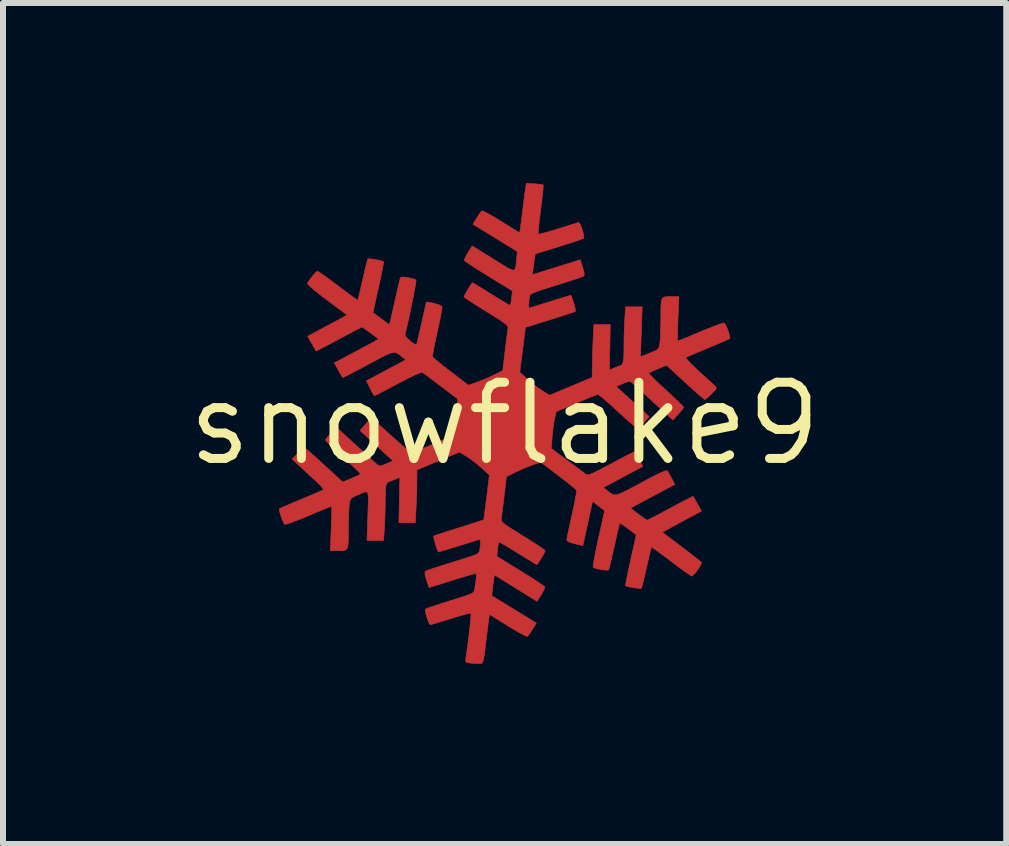
<source format=kicad_pcb>
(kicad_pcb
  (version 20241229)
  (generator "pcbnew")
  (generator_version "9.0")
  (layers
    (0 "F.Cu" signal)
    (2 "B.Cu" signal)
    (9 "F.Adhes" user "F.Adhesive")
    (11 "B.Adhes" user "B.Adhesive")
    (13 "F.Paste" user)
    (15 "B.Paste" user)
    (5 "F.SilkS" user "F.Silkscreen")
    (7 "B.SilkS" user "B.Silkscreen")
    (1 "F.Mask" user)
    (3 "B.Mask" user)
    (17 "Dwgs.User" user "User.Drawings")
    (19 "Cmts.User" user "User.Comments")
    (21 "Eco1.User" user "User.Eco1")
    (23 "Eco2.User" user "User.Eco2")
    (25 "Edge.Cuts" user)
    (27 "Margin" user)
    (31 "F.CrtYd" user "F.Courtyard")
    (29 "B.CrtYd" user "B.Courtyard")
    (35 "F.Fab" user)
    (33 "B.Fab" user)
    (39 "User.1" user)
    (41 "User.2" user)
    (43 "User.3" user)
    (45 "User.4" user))
  (footprint "snowflake9"
    (layer "F.Cu")
    (at 5.359 4.01)
    (property "Reference" "snowflake9" (at 0 0 0) (layer "F.SilkS") (effects (font (size 1.27 1.27) (thickness 0.15))))
    (attr through_hole)
    (fp_poly (pts (xy 0.498 -3.997) (xy 0.569 -3.991) (xy 0.622 -3.984) (xy 0.643 -3.978) (xy 0.644 -3.955) (xy 0.64 -3.896) (xy 0.631 -3.809) (xy 0.618 -3.7) (xy 0.602 -3.576) (xy 0.602 -3.568) (xy 0.586 -3.443) (xy 0.573 -3.333) (xy 0.564 -3.244) (xy 0.56 -3.184) (xy 0.56 -3.158) (xy 0.561 -3.158) (xy 0.584 -3.16) (xy 0.64 -3.173) (xy 0.722 -3.196) (xy 0.824 -3.226) (xy 0.894 -3.248) (xy 1.005 -3.282) (xy 1.102 -3.312) (xy 1.178 -3.335) (xy 1.225 -3.349) (xy 1.236 -3.352) (xy 1.253 -3.335) (xy 1.273 -3.29) (xy 1.294 -3.23) (xy 1.311 -3.168) (xy 1.321 -3.116) (xy 1.318 -3.089) (xy 1.318 -3.088) (xy 1.294 -3.078) (xy 1.235 -3.057) (xy 1.149 -3.028) (xy 1.042 -2.994) (xy 0.92 -2.956) (xy 0.906 -2.951) (xy 0.511 -2.829) (xy 0.499 -2.753) (xy 0.489 -2.683) (xy 0.478 -2.601) (xy 0.475 -2.579) (xy 0.462 -2.481) (xy 0.859 -2.606) (xy 0.981 -2.644) (xy 1.088 -2.677) (xy 1.174 -2.704) (xy 1.233 -2.723) (xy 1.259 -2.73) (xy 1.26 -2.731) (xy 1.267 -2.712) (xy 1.283 -2.664) (xy 1.302 -2.602) (xy 1.323 -2.528) (xy 1.328 -2.485) (xy 1.32 -2.462) (xy 1.314 -2.456) (xy 1.286 -2.445) (xy 1.224 -2.423) (xy 1.134 -2.394) (xy 1.024 -2.358) (xy 0.898 -2.318) (xy 0.856 -2.305) (xy 0.714 -2.261) (xy 0.607 -2.227) (xy 0.53 -2.2) (xy 0.478 -2.179) (xy 0.446 -2.161) (xy 0.427 -2.144) (xy 0.418 -2.126) (xy 0.415 -2.11) (xy 0.407 -2.055) (xy 0.403 -1.997) (xy 0.403 -1.949) (xy 0.408 -1.926) (xy 0.409 -1.926) (xy 0.43 -1.932) (xy 0.485 -1.949) (xy 0.566 -1.974) (xy 0.668 -2.006) (xy 0.751 -2.032) (xy 0.864 -2.067) (xy 0.963 -2.097) (xy 1.04 -2.121) (xy 1.088 -2.135) (xy 1.102 -2.138) (xy 1.114 -2.119) (xy 1.132 -2.073) (xy 1.151 -2.012) (xy 1.168 -1.949) (xy 1.179 -1.898) (xy 1.18 -1.872) (xy 1.18 -1.871) (xy 1.158 -1.862) (xy 1.101 -1.843) (xy 1.017 -1.815) (xy 0.911 -1.781) (xy 0.789 -1.742) (xy 0.759 -1.733) (xy 0.347 -1.604) (xy 0.3 -1.231) (xy 0.253 -0.857) (xy 0.38 -0.741) (xy 0.461 -0.672) (xy 0.55 -0.602) (xy 0.629 -0.548) (xy 0.751 -0.473) (xy 1.46 -0.77) (xy 1.461 -0.941) (xy 1.462 -1.032) (xy 1.465 -1.15) (xy 1.47 -1.277) (xy 1.474 -1.381) (xy 1.488 -1.651) (xy 1.761 -1.651) (xy 1.754 -1.272) (xy 1.746 -0.893) (xy 1.82 -0.925) (xy 1.879 -0.949) (xy 1.925 -0.966) (xy 1.93 -0.967) (xy 1.953 -0.98) (xy 1.969 -1.007) (xy 1.98 -1.053) (xy 1.986 -1.126) (xy 1.989 -1.231) (xy 1.989 -1.314) (xy 1.991 -1.438) (xy 1.995 -1.572) (xy 2 -1.694) (xy 2.003 -1.754) (xy 2.017 -1.947) (xy 2.293 -1.947) (xy 2.279 -1.533) (xy 2.265 -1.119) (xy 2.313 -1.134) (xy 2.359 -1.151) (xy 2.425 -1.178) (xy 2.468 -1.196) (xy 2.53 -1.225) (xy 2.563 -1.252) (xy 2.58 -1.29) (xy 2.589 -1.354) (xy 2.589 -1.357) (xy 2.595 -1.423) (xy 2.599 -1.519) (xy 2.602 -1.631) (xy 2.604 -1.746) (xy 2.604 -1.879) (xy 2.606 -1.976) (xy 2.613 -2.042) (xy 2.627 -2.084) (xy 2.651 -2.106) (xy 2.687 -2.115) (xy 2.738 -2.117) (xy 2.767 -2.117) (xy 2.904 -2.117) (xy 2.889 -1.746) (xy 2.885 -1.626) (xy 2.882 -1.523) (xy 2.881 -1.442) (xy 2.882 -1.391) (xy 2.884 -1.376) (xy 2.906 -1.384) (xy 2.961 -1.406) (xy 3.043 -1.439) (xy 3.144 -1.481) (xy 3.261 -1.53) (xy 3.272 -1.535) (xy 3.389 -1.583) (xy 3.493 -1.624) (xy 3.578 -1.655) (xy 3.637 -1.674) (xy 3.664 -1.678) (xy 3.664 -1.678) (xy 3.685 -1.645) (xy 3.709 -1.59) (xy 3.731 -1.527) (xy 3.748 -1.468) (xy 3.755 -1.428) (xy 3.753 -1.419) (xy 3.729 -1.406) (xy 3.672 -1.381) (xy 3.589 -1.345) (xy 3.487 -1.302) (xy 3.387 -1.26) (xy 3.273 -1.212) (xy 3.173 -1.17) (xy 3.093 -1.135) (xy 3.04 -1.111) (xy 3.021 -1.101) (xy 3.03 -1.083) (xy 3.065 -1.042) (xy 3.123 -0.983) (xy 3.196 -0.912) (xy 3.233 -0.878) (xy 3.317 -0.801) (xy 3.394 -0.731) (xy 3.455 -0.674) (xy 3.495 -0.638) (xy 3.502 -0.631) (xy 3.524 -0.609) (xy 3.527 -0.589) (xy 3.51 -0.561) (xy 3.468 -0.516) (xy 3.45 -0.498) (xy 3.399 -0.448) (xy 3.357 -0.413) (xy 3.337 -0.402) (xy 3.316 -0.416) (xy 3.27 -0.454) (xy 3.203 -0.511) (xy 3.123 -0.583) (xy 3.061 -0.639) (xy 2.971 -0.723) (xy 2.887 -0.8) (xy 2.817 -0.864) (xy 2.768 -0.909) (xy 2.751 -0.925) (xy 2.697 -0.973) (xy 2.555 -0.913) (xy 2.484 -0.883) (xy 2.43 -0.858) (xy 2.403 -0.843) (xy 2.402 -0.843) (xy 2.413 -0.826) (xy 2.452 -0.785) (xy 2.512 -0.725) (xy 2.59 -0.651) (xy 2.682 -0.566) (xy 2.688 -0.561) (xy 2.78 -0.475) (xy 2.861 -0.399) (xy 2.925 -0.337) (xy 2.968 -0.294) (xy 2.984 -0.274) (xy 2.984 -0.274) (xy 2.971 -0.251) (xy 2.937 -0.207) (xy 2.895 -0.159) (xy 2.805 -0.06) (xy 2.485 -0.353) (xy 2.386 -0.444) (xy 2.296 -0.527) (xy 2.219 -0.597) (xy 2.161 -0.649) (xy 2.129 -0.678) (xy 2.126 -0.681) (xy 2.1 -0.7) (xy 2.072 -0.704) (xy 2.031 -0.692) (xy 1.972 -0.668) (xy 1.859 -0.62) (xy 2.134 -0.369) (xy 2.409 -0.118) (xy 2.324 -0.017) (xy 2.277 0.036) (xy 2.238 0.073) (xy 2.219 0.085) (xy 2.198 0.071) (xy 2.151 0.033) (xy 2.083 -0.026) (xy 1.999 -0.101) (xy 1.905 -0.187) (xy 1.889 -0.201) (xy 1.794 -0.289) (xy 1.707 -0.365) (xy 1.636 -0.427) (xy 1.584 -0.469) (xy 1.558 -0.486) (xy 1.556 -0.487) (xy 1.529 -0.479) (xy 1.471 -0.457) (xy 1.387 -0.423) (xy 1.285 -0.381) (xy 1.195 -0.344) (xy 0.859 -0.2) (xy 0.832 -0.074) (xy 0.817 0.011) (xy 0.803 0.117) (xy 0.793 0.222) (xy 0.792 0.233) (xy 0.779 0.413) (xy 1.047 0.614) (xy 1.142 0.685) (xy 1.228 0.749) (xy 1.297 0.8) (xy 1.343 0.834) (xy 1.355 0.843) (xy 1.373 0.851) (xy 1.396 0.851) (xy 1.431 0.841) (xy 1.484 0.819) (xy 1.558 0.783) (xy 1.659 0.73) (xy 1.775 0.669) (xy 1.891 0.607) (xy 1.993 0.553) (xy 2.077 0.51) (xy 2.136 0.48) (xy 2.166 0.466) (xy 2.167 0.466) (xy 2.182 0.483) (xy 2.21 0.529) (xy 2.242 0.589) (xy 2.304 0.713) (xy 1.646 1.064) (xy 1.707 1.113) (xy 1.749 1.147) (xy 1.784 1.171) (xy 1.817 1.185) (xy 1.855 1.186) (xy 1.903 1.175) (xy 1.967 1.148) (xy 2.052 1.105) (xy 2.165 1.046) (xy 2.276 0.986) (xy 2.42 0.909) (xy 2.531 0.852) (xy 2.613 0.813) (xy 2.668 0.791) (xy 2.701 0.783) (xy 2.714 0.788) (xy 2.734 0.821) (xy 2.764 0.877) (xy 2.784 0.914) (xy 2.836 1.013) (xy 2.471 1.208) (xy 2.358 1.268) (xy 2.259 1.321) (xy 2.18 1.364) (xy 2.125 1.393) (xy 2.102 1.406) (xy 2.101 1.406) (xy 2.114 1.42) (xy 2.152 1.45) (xy 2.205 1.49) (xy 2.264 1.533) (xy 2.319 1.572) (xy 2.36 1.6) (xy 2.378 1.609) (xy 2.399 1.599) (xy 2.452 1.572) (xy 2.53 1.532) (xy 2.628 1.48) (xy 2.741 1.42) (xy 2.764 1.407) (xy 2.878 1.346) (xy 2.978 1.293) (xy 3.059 1.251) (xy 3.116 1.223) (xy 3.142 1.211) (xy 3.143 1.211) (xy 3.154 1.231) (xy 3.181 1.278) (xy 3.214 1.337) (xy 3.282 1.457) (xy 2.954 1.632) (xy 2.849 1.689) (xy 2.758 1.739) (xy 2.687 1.778) (xy 2.643 1.803) (xy 2.631 1.812) (xy 2.772 1.918) (xy 2.904 2.018) (xy 3.022 2.108) (xy 3.123 2.186) (xy 3.202 2.248) (xy 3.256 2.291) (xy 3.281 2.313) (xy 3.281 2.314) (xy 3.276 2.34) (xy 3.25 2.386) (xy 3.213 2.441) (xy 3.173 2.492) (xy 3.138 2.529) (xy 3.12 2.54) (xy 3.096 2.527) (xy 3.045 2.493) (xy 2.972 2.441) (xy 2.881 2.375) (xy 2.78 2.299) (xy 2.774 2.294) (xy 2.674 2.219) (xy 2.586 2.153) (xy 2.515 2.101) (xy 2.467 2.068) (xy 2.447 2.056) (xy 2.446 2.056) (xy 2.44 2.078) (xy 2.426 2.135) (xy 2.406 2.218) (xy 2.383 2.322) (xy 2.365 2.399) (xy 2.339 2.512) (xy 2.316 2.611) (xy 2.296 2.687) (xy 2.283 2.734) (xy 2.278 2.746) (xy 2.253 2.747) (xy 2.202 2.742) (xy 2.138 2.732) (xy 2.076 2.72) (xy 2.031 2.707) (xy 2.016 2.701) (xy 2.018 2.678) (xy 2.028 2.621) (xy 2.045 2.535) (xy 2.067 2.427) (xy 2.094 2.302) (xy 2.101 2.272) (xy 2.194 1.852) (xy 2.059 1.75) (xy 1.995 1.703) (xy 1.946 1.669) (xy 1.92 1.654) (xy 1.918 1.654) (xy 1.912 1.676) (xy 1.898 1.733) (xy 1.879 1.818) (xy 1.855 1.924) (xy 1.829 2.039) (xy 1.802 2.16) (xy 1.777 2.268) (xy 1.757 2.354) (xy 1.742 2.413) (xy 1.734 2.436) (xy 1.709 2.442) (xy 1.658 2.439) (xy 1.595 2.429) (xy 1.533 2.415) (xy 1.487 2.399) (xy 1.476 2.392) (xy 1.476 2.369) (xy 1.484 2.31) (xy 1.5 2.222) (xy 1.522 2.111) (xy 1.549 1.983) (xy 1.564 1.914) (xy 1.594 1.781) (xy 1.62 1.662) (xy 1.641 1.564) (xy 1.657 1.493) (xy 1.664 1.455) (xy 1.665 1.449) (xy 1.648 1.437) (xy 1.608 1.405) (xy 1.564 1.371) (xy 1.466 1.293) (xy 1.385 1.664) (xy 1.304 2.034) (xy 1.25 2.021) (xy 1.152 1.997) (xy 1.089 1.978) (xy 1.054 1.962) (xy 1.039 1.945) (xy 1.037 1.934) (xy 1.042 1.904) (xy 1.054 1.839) (xy 1.073 1.748) (xy 1.097 1.637) (xy 1.123 1.52) (xy 1.15 1.398) (xy 1.172 1.288) (xy 1.189 1.2) (xy 1.198 1.139) (xy 1.199 1.112) (xy 1.18 1.091) (xy 1.132 1.05) (xy 1.062 0.992) (xy 0.975 0.924) (xy 0.896 0.864) (xy 0.603 0.641) (xy 0.466 0.688) (xy 0.374 0.723) (xy 0.268 0.768) (xy 0.179 0.81) (xy 0.03 0.885) (xy -0.008 1.21) (xy -0.022 1.327) (xy -0.035 1.432) (xy -0.046 1.517) (xy -0.054 1.573) (xy -0.056 1.587) (xy -0.057 1.607) (xy -0.049 1.627) (xy -0.028 1.65) (xy 0.011 1.682) (xy 0.072 1.724) (xy 0.16 1.78) (xy 0.279 1.854) (xy 0.305 1.87) (xy 0.417 1.94) (xy 0.515 2.003) (xy 0.595 2.055) (xy 0.65 2.094) (xy 0.676 2.115) (xy 0.677 2.117) (xy 0.667 2.142) (xy 0.642 2.189) (xy 0.609 2.245) (xy 0.575 2.298) (xy 0.548 2.337) (xy 0.536 2.349) (xy 0.517 2.339) (xy 0.467 2.309) (xy 0.394 2.264) (xy 0.303 2.208) (xy 0.221 2.157) (xy 0.12 2.094) (xy 0.031 2.041) (xy -0.038 2.001) (xy -0.082 1.977) (xy -0.096 1.973) (xy -0.103 1.997) (xy -0.111 2.05) (xy -0.117 2.097) (xy -0.129 2.212) (xy 0.267 2.455) (xy 0.383 2.527) (xy 0.486 2.593) (xy 0.571 2.648) (xy 0.633 2.691) (xy 0.666 2.716) (xy 0.671 2.721) (xy 0.664 2.749) (xy 0.639 2.8) (xy 0.609 2.852) (xy 0.54 2.961) (xy -0.167 2.522) (xy -0.178 2.579) (xy -0.186 2.632) (xy -0.196 2.707) (xy -0.201 2.752) (xy -0.213 2.868) (xy 0.098 3.059) (xy 0.205 3.124) (xy 0.303 3.184) (xy 0.386 3.235) (xy 0.445 3.271) (xy 0.469 3.286) (xy 0.529 3.323) (xy 0.464 3.428) (xy 0.426 3.488) (xy 0.394 3.531) (xy 0.379 3.546) (xy 0.356 3.54) (xy 0.303 3.514) (xy 0.227 3.472) (xy 0.134 3.417) (xy 0.054 3.369) (xy -0.251 3.179) (xy -0.263 3.256) (xy -0.27 3.307) (xy -0.281 3.389) (xy -0.294 3.491) (xy -0.307 3.598) (xy -0.323 3.738) (xy -0.336 3.841) (xy -0.347 3.913) (xy -0.359 3.96) (xy -0.373 3.986) (xy -0.392 3.997) (xy -0.417 4) (xy -0.451 3.998) (xy -0.461 3.998) (xy -0.533 3.994) (xy -0.594 3.988) (xy -0.609 3.985) (xy -0.642 3.973) (xy -0.65 3.943) (xy -0.646 3.909) (xy -0.633 3.82) (xy -0.618 3.715) (xy -0.603 3.6) (xy -0.589 3.484) (xy -0.577 3.375) (xy -0.567 3.281) (xy -0.561 3.208) (xy -0.559 3.166) (xy -0.56 3.159) (xy -0.583 3.161) (xy -0.639 3.174) (xy -0.722 3.196) (xy -0.823 3.226) (xy -0.894 3.248) (xy -1.005 3.283) (xy -1.102 3.312) (xy -1.178 3.335) (xy -1.225 3.349) (xy -1.236 3.352) (xy -1.253 3.335) (xy -1.273 3.29) (xy -1.294 3.23) (xy -1.311 3.168) (xy -1.321 3.116) (xy -1.318 3.089) (xy -1.318 3.089) (xy -1.294 3.078) (xy -1.235 3.058) (xy -1.149 3.029) (xy -1.042 2.994) (xy -0.92 2.956) (xy -0.907 2.952) (xy -0.771 2.909) (xy -0.67 2.877) (xy -0.599 2.852) (xy -0.553 2.833) (xy -0.525 2.815) (xy -0.51 2.798) (xy -0.503 2.778) (xy -0.5 2.764) (xy -0.482 2.649) (xy -0.472 2.571) (xy -0.471 2.523) (xy -0.478 2.501) (xy -0.486 2.498) (xy -0.514 2.504) (xy -0.575 2.521) (xy -0.662 2.547) (xy -0.769 2.579) (xy -0.881 2.614) (xy -0.999 2.651) (xy -1.102 2.683) (xy -1.183 2.708) (xy -1.237 2.725) (xy -1.257 2.731) (xy -1.266 2.712) (xy -1.283 2.664) (xy -1.302 2.602) (xy -1.323 2.527) (xy -1.328 2.483) (xy -1.319 2.461) (xy -1.314 2.457) (xy -1.287 2.446) (xy -1.225 2.424) (xy -1.136 2.395) (xy -1.025 2.359) (xy -0.9 2.32) (xy -0.858 2.307) (xy -0.715 2.262) (xy -0.608 2.228) (xy -0.531 2.202) (xy -0.479 2.181) (xy -0.446 2.163) (xy -0.428 2.146) (xy -0.419 2.128) (xy -0.415 2.111) (xy -0.405 2.04) (xy -0.402 1.986) (xy -0.406 1.943) (xy -0.425 1.932) (xy -0.45 1.938) (xy -0.555 1.972) (xy -0.669 2.007) (xy -0.782 2.042) (xy -0.889 2.075) (xy -0.982 2.103) (xy -1.053 2.124) (xy -1.095 2.136) (xy -1.103 2.138) (xy -1.115 2.119) (xy -1.132 2.073) (xy -1.151 2.012) (xy -1.168 1.949) (xy -1.18 1.899) (xy -1.181 1.873) (xy -1.181 1.872) (xy -1.159 1.864) (xy -1.103 1.845) (xy -1.019 1.817) (xy -0.913 1.783) (xy -0.791 1.745) (xy -0.762 1.736) (xy -0.638 1.697) (xy -0.529 1.662) (xy -0.44 1.633) (xy -0.378 1.613) (xy -0.35 1.603) (xy -0.348 1.603) (xy -0.345 1.581) (xy -0.337 1.525) (xy -0.326 1.44) (xy -0.313 1.333) (xy -0.299 1.228) (xy -0.253 0.857) (xy -0.38 0.741) (xy -0.461 0.672) (xy -0.55 0.603) (xy -0.629 0.549) (xy -0.751 0.473) (xy -1.106 0.622) (xy -1.461 0.771) (xy -1.461 0.941) (xy -1.462 1.032) (xy -1.465 1.15) (xy -1.47 1.277) (xy -1.474 1.381) (xy -1.488 1.651) (xy -1.761 1.651) (xy -1.754 1.272) (xy -1.746 0.893) (xy -1.82 0.925) (xy -1.879 0.949) (xy -1.925 0.966) (xy -1.93 0.967) (xy -1.953 0.98) (xy -1.969 1.007) (xy -1.98 1.053) (xy -1.986 1.126) (xy -1.989 1.231) (xy -1.989 1.314) (xy -1.991 1.438) (xy -1.995 1.572) (xy -2 1.694) (xy -2.003 1.754) (xy -2.017 1.947) (xy -2.293 1.947) (xy -2.279 1.533) (xy -2.274 1.387) (xy -2.271 1.279) (xy -2.272 1.204) (xy -2.28 1.158) (xy -2.297 1.138) (xy -2.326 1.137) (xy -2.369 1.153) (xy -2.428 1.18) (xy -2.465 1.196) (xy -2.528 1.226) (xy -2.562 1.252) (xy -2.579 1.289) (xy -2.589 1.349) (xy -2.59 1.358) (xy -2.595 1.424) (xy -2.599 1.519) (xy -2.602 1.631) (xy -2.604 1.746) (xy -2.604 1.879) (xy -2.606 1.976) (xy -2.613 2.042) (xy -2.627 2.084) (xy -2.651 2.106) (xy -2.687 2.115) (xy -2.738 2.117) (xy -2.767 2.117) (xy -2.904 2.117) (xy -2.889 1.746) (xy -2.885 1.626) (xy -2.882 1.523) (xy -2.881 1.442) (xy -2.881 1.391) (xy -2.884 1.376) (xy -2.905 1.384) (xy -2.96 1.406) (xy -3.041 1.439) (xy -3.143 1.481) (xy -3.259 1.53) (xy -3.271 1.535) (xy -3.388 1.584) (xy -3.493 1.624) (xy -3.577 1.655) (xy -3.636 1.674) (xy -3.663 1.678) (xy -3.664 1.678) (xy -3.685 1.645) (xy -3.709 1.59) (xy -3.731 1.527) (xy -3.748 1.469) (xy -3.755 1.428) (xy -3.753 1.419) (xy -3.729 1.406) (xy -3.672 1.381) (xy -3.589 1.345) (xy -3.487 1.302) (xy -3.387 1.26) (xy -3.273 1.213) (xy -3.173 1.17) (xy -3.093 1.136) (xy -3.04 1.111) (xy -3.021 1.101) (xy -3.027 1.081) (xy -3.058 1.041) (xy -3.106 0.993) (xy -3.167 0.937) (xy -3.246 0.864) (xy -3.33 0.786) (xy -3.374 0.745) (xy -3.541 0.59) (xy -3.449 0.496) (xy -3.398 0.447) (xy -3.357 0.413) (xy -3.337 0.402) (xy -3.315 0.416) (xy -3.269 0.454) (xy -3.202 0.511) (xy -3.122 0.583) (xy -3.061 0.639) (xy -2.97 0.723) (xy -2.887 0.8) (xy -2.817 0.864) (xy -2.768 0.909) (xy -2.751 0.925) (xy -2.697 0.973) (xy -2.555 0.913) (xy -2.484 0.883) (xy -2.429 0.858) (xy -2.402 0.843) (xy -2.402 0.842) (xy -2.413 0.825) (xy -2.451 0.785) (xy -2.512 0.725) (xy -2.59 0.65) (xy -2.681 0.566) (xy -2.687 0.56) (xy -2.78 0.475) (xy -2.861 0.399) (xy -2.925 0.337) (xy -2.968 0.294) (xy -2.984 0.274) (xy -2.985 0.274) (xy -2.971 0.251) (xy -2.937 0.207) (xy -2.894 0.159) (xy -2.804 0.059) (xy -2.487 0.35) (xy -2.388 0.441) (xy -2.297 0.524) (xy -2.22 0.594) (xy -2.163 0.647) (xy -2.13 0.676) (xy -2.127 0.679) (xy -2.101 0.699) (xy -2.075 0.704) (xy -2.036 0.694) (xy -1.972 0.669) (xy -1.86 0.621) (xy -2.408 0.116) (xy -2.324 0.016) (xy -2.277 -0.037) (xy -2.238 -0.073) (xy -2.219 -0.085) (xy -2.198 -0.071) (xy -2.151 -0.033) (xy -2.083 0.026) (xy -2 0.1) (xy -1.905 0.186) (xy -1.889 0.201) (xy -1.793 0.288) (xy -1.706 0.365) (xy -1.635 0.426) (xy -1.584 0.468) (xy -1.558 0.486) (xy -1.556 0.487) (xy -1.529 0.479) (xy -1.471 0.457) (xy -1.391 0.425) (xy -1.295 0.386) (xy -1.194 0.344) (xy -1.093 0.301) (xy -1.002 0.261) (xy -0.929 0.228) (xy -0.881 0.205) (xy -0.866 0.196) (xy -0.855 0.167) (xy -0.84 0.106) (xy -0.825 0.023) (xy -0.809 -0.07) (xy -0.796 -0.164) (xy -0.787 -0.248) (xy -0.783 -0.312) (xy -0.783 -0.316) (xy -0.783 -0.413) (xy -1.061 -0.624) (xy -1.157 -0.697) (xy -1.241 -0.76) (xy -1.309 -0.811) (xy -1.355 -0.844) (xy -1.369 -0.853) (xy -1.4 -0.85) (xy -1.466 -0.824) (xy -1.567 -0.776) (xy -1.703 -0.707) (xy -1.777 -0.668) (xy -1.892 -0.607) (xy -1.994 -0.553) (xy -2.078 -0.51) (xy -2.137 -0.48) (xy -2.166 -0.466) (xy -2.167 -0.466) (xy -2.182 -0.483) (xy -2.21 -0.529) (xy -2.242 -0.589) (xy -2.304 -0.713) (xy -1.646 -1.064) (xy -1.707 -1.113) (xy -1.749 -1.147) (xy -1.784 -1.171) (xy -1.817 -1.185) (xy -1.855 -1.186) (xy -1.903 -1.175) (xy -1.967 -1.148) (xy -2.053 -1.105) (xy -2.165 -1.045) (xy -2.276 -0.986) (xy -2.396 -0.921) (xy -2.504 -0.865) (xy -2.593 -0.818) (xy -2.658 -0.785) (xy -2.694 -0.768) (xy -2.699 -0.767) (xy -2.711 -0.787) (xy -2.738 -0.833) (xy -2.771 -0.892) (xy -2.838 -1.012) (xy -2.472 -1.207) (xy -2.359 -1.267) (xy -2.26 -1.32) (xy -2.18 -1.363) (xy -2.126 -1.393) (xy -2.102 -1.406) (xy -2.101 -1.406) (xy -2.114 -1.42) (xy -2.152 -1.45) (xy -2.205 -1.49) (xy -2.264 -1.533) (xy -2.319 -1.572) (xy -2.36 -1.6) (xy -2.378 -1.609) (xy -2.399 -1.599) (xy -2.452 -1.572) (xy -2.53 -1.532) (xy -2.628 -1.48) (xy -2.741 -1.42) (xy -2.764 -1.407) (xy -2.878 -1.346) (xy -2.978 -1.293) (xy -3.059 -1.251) (xy -3.116 -1.223) (xy -3.142 -1.211) (xy -3.143 -1.211) (xy -3.154 -1.231) (xy -3.181 -1.278) (xy -3.215 -1.337) (xy -3.282 -1.457) (xy -3.012 -1.601) (xy -2.91 -1.655) (xy -2.817 -1.705) (xy -2.741 -1.746) (xy -2.692 -1.773) (xy -2.684 -1.778) (xy -2.627 -1.812) (xy -2.963 -2.064) (xy -3.083 -2.155) (xy -3.177 -2.23) (xy -3.244 -2.288) (xy -3.28 -2.325) (xy -3.285 -2.339) (xy -3.241 -2.406) (xy -3.194 -2.468) (xy -3.152 -2.515) (xy -3.123 -2.539) (xy -3.119 -2.54) (xy -3.095 -2.527) (xy -3.044 -2.493) (xy -2.97 -2.441) (xy -2.88 -2.375) (xy -2.779 -2.299) (xy -2.773 -2.295) (xy -2.673 -2.219) (xy -2.585 -2.153) (xy -2.514 -2.102) (xy -2.466 -2.068) (xy -2.446 -2.057) (xy -2.446 -2.057) (xy -2.44 -2.079) (xy -2.426 -2.135) (xy -2.406 -2.218) (xy -2.383 -2.322) (xy -2.365 -2.399) (xy -2.339 -2.512) (xy -2.316 -2.611) (xy -2.296 -2.687) (xy -2.283 -2.734) (xy -2.278 -2.746) (xy -2.253 -2.747) (xy -2.202 -2.742) (xy -2.138 -2.732) (xy -2.076 -2.72) (xy -2.031 -2.707) (xy -2.016 -2.701) (xy -2.018 -2.678) (xy -2.028 -2.621) (xy -2.045 -2.535) (xy -2.067 -2.427) (xy -2.094 -2.302) (xy -2.101 -2.272) (xy -2.194 -1.852) (xy -2.059 -1.75) (xy -1.995 -1.703) (xy -1.946 -1.669) (xy -1.92 -1.654) (xy -1.918 -1.654) (xy -1.912 -1.676) (xy -1.898 -1.733) (xy -1.879 -1.818) (xy -1.855 -1.924) (xy -1.829 -2.039) (xy -1.802 -2.161) (xy -1.777 -2.268) (xy -1.757 -2.355) (xy -1.742 -2.413) (xy -1.734 -2.437) (xy -1.709 -2.443) (xy -1.658 -2.44) (xy -1.594 -2.43) (xy -1.533 -2.416) (xy -1.488 -2.401) (xy -1.476 -2.394) (xy -1.477 -2.371) (xy -1.486 -2.314) (xy -1.501 -2.23) (xy -1.52 -2.126) (xy -1.544 -2.009) (xy -1.569 -1.886) (xy -1.595 -1.765) (xy -1.62 -1.653) (xy -1.642 -1.556) (xy -1.661 -1.482) (xy -1.651 -1.456) (xy -1.617 -1.418) (xy -1.571 -1.376) (xy -1.524 -1.34) (xy -1.486 -1.318) (xy -1.469 -1.318) (xy -1.462 -1.34) (xy -1.447 -1.397) (xy -1.427 -1.482) (xy -1.403 -1.587) (xy -1.383 -1.674) (xy -1.358 -1.789) (xy -1.335 -1.889) (xy -1.317 -1.966) (xy -1.306 -2.014) (xy -1.302 -2.027) (xy -1.281 -2.026) (xy -1.23 -2.016) (xy -1.173 -2.004) (xy -1.092 -1.981) (xy -1.048 -1.955) (xy -1.041 -1.943) (xy -1.044 -1.913) (xy -1.055 -1.848) (xy -1.073 -1.757) (xy -1.096 -1.646) (xy -1.123 -1.526) (xy -1.15 -1.403) (xy -1.173 -1.293) (xy -1.189 -1.204) (xy -1.199 -1.143) (xy -1.2 -1.115) (xy -1.181 -1.095) (xy -1.134 -1.053) (xy -1.064 -0.996) (xy -0.977 -0.927) (xy -0.897 -0.866) (xy -0.603 -0.641) (xy -0.466 -0.688) (xy -0.374 -0.723) (xy -0.268 -0.768) (xy -0.179 -0.81) (xy -0.03 -0.885) (xy 0.008 -1.21) (xy 0.022 -1.327) (xy 0.035 -1.432) (xy 0.046 -1.517) (xy 0.054 -1.573) (xy 0.056 -1.587) (xy 0.057 -1.607) (xy 0.049 -1.627) (xy 0.028 -1.651) (xy -0.011 -1.682) (xy -0.072 -1.724) (xy -0.16 -1.78) (xy -0.279 -1.854) (xy -0.305 -1.871) (xy -0.417 -1.94) (xy -0.515 -2.002) (xy -0.594 -2.053) (xy -0.65 -2.09) (xy -0.676 -2.11) (xy -0.677 -2.111) (xy -0.668 -2.135) (xy -0.643 -2.182) (xy -0.611 -2.238) (xy -0.578 -2.293) (xy -0.551 -2.334) (xy -0.538 -2.349) (xy -0.518 -2.339) (xy -0.468 -2.309) (xy -0.394 -2.264) (xy -0.303 -2.208) (xy -0.221 -2.157) (xy -0.12 -2.094) (xy -0.031 -2.041) (xy 0.038 -2.001) (xy 0.082 -1.977) (xy 0.096 -1.973) (xy 0.103 -1.997) (xy 0.111 -2.05) (xy 0.117 -2.097) (xy 0.13 -2.212) (xy -0.267 -2.456) (xy -0.383 -2.528) (xy -0.486 -2.593) (xy -0.571 -2.649) (xy -0.633 -2.691) (xy -0.666 -2.716) (xy -0.671 -2.721) (xy -0.664 -2.749) (xy -0.639 -2.8) (xy -0.609 -2.852) (xy -0.54 -2.961) (xy -0.186 -2.742) (xy -0.062 -2.665) (xy 0.03 -2.608) (xy 0.096 -2.572) (xy 0.14 -2.557) (xy 0.167 -2.564) (xy 0.182 -2.591) (xy 0.19 -2.64) (xy 0.197 -2.711) (xy 0.201 -2.752) (xy 0.213 -2.868) (xy -0.157 -3.096) (xy -0.528 -3.324) (xy -0.463 -3.429) (xy -0.425 -3.488) (xy -0.393 -3.532) (xy -0.379 -3.547) (xy -0.355 -3.54) (xy -0.302 -3.514) (xy -0.226 -3.472) (xy -0.133 -3.418) (xy -0.054 -3.369) (xy 0.251 -3.179) (xy 0.263 -3.257) (xy 0.27 -3.308) (xy 0.281 -3.389) (xy 0.294 -3.491) (xy 0.307 -3.598) (xy 0.32 -3.707) (xy 0.333 -3.806) (xy 0.344 -3.886) (xy 0.351 -3.934) (xy 0.363 -4.005) (xy 0.498 -3.997)) (stroke (width 0.01) (type solid)) (fill yes) (layer "F.Cu"))
    (fp_poly (pts (xy 0.498 -3.997) (xy 0.569 -3.991) (xy 0.622 -3.984) (xy 0.643 -3.978) (xy 0.644 -3.955) (xy 0.64 -3.896) (xy 0.631 -3.809) (xy 0.618 -3.7) (xy 0.602 -3.576) (xy 0.602 -3.568) (xy 0.586 -3.443) (xy 0.573 -3.333) (xy 0.564 -3.244) (xy 0.56 -3.184) (xy 0.56 -3.158) (xy 0.561 -3.158) (xy 0.584 -3.16) (xy 0.64 -3.173) (xy 0.722 -3.196) (xy 0.824 -3.226) (xy 0.894 -3.248) (xy 1.005 -3.282) (xy 1.102 -3.312) (xy 1.178 -3.335) (xy 1.225 -3.349) (xy 1.236 -3.352) (xy 1.253 -3.335) (xy 1.273 -3.29) (xy 1.294 -3.23) (xy 1.311 -3.168) (xy 1.321 -3.116) (xy 1.318 -3.089) (xy 1.318 -3.088) (xy 1.294 -3.078) (xy 1.235 -3.057) (xy 1.149 -3.028) (xy 1.042 -2.994) (xy 0.92 -2.956) (xy 0.906 -2.951) (xy 0.511 -2.829) (xy 0.499 -2.753) (xy 0.489 -2.683) (xy 0.478 -2.601) (xy 0.475 -2.579) (xy 0.462 -2.481) (xy 0.859 -2.606) (xy 0.981 -2.644) (xy 1.088 -2.677) (xy 1.174 -2.704) (xy 1.233 -2.723) (xy 1.259 -2.73) (xy 1.26 -2.731) (xy 1.267 -2.712) (xy 1.283 -2.664) (xy 1.302 -2.602) (xy 1.323 -2.528) (xy 1.328 -2.485) (xy 1.32 -2.462) (xy 1.314 -2.456) (xy 1.286 -2.445) (xy 1.224 -2.423) (xy 1.134 -2.394) (xy 1.024 -2.358) (xy 0.898 -2.318) (xy 0.856 -2.305) (xy 0.714 -2.261) (xy 0.607 -2.227) (xy 0.53 -2.2) (xy 0.478 -2.179) (xy 0.446 -2.161) (xy 0.427 -2.144) (xy 0.418 -2.126) (xy 0.415 -2.11) (xy 0.407 -2.055) (xy 0.403 -1.997) (xy 0.403 -1.949) (xy 0.408 -1.926) (xy 0.409 -1.926) (xy 0.43 -1.932) (xy 0.485 -1.949) (xy 0.566 -1.974) (xy 0.668 -2.006) (xy 0.751 -2.032) (xy 0.864 -2.067) (xy 0.963 -2.097) (xy 1.04 -2.121) (xy 1.088 -2.135) (xy 1.102 -2.138) (xy 1.114 -2.119) (xy 1.132 -2.073) (xy 1.151 -2.012) (xy 1.168 -1.949) (xy 1.179 -1.898) (xy 1.18 -1.872) (xy 1.18 -1.871) (xy 1.158 -1.862) (xy 1.101 -1.843) (xy 1.017 -1.815) (xy 0.911 -1.781) (xy 0.789 -1.742) (xy 0.759 -1.733) (xy 0.347 -1.604) (xy 0.3 -1.231) (xy 0.253 -0.857) (xy 0.38 -0.741) (xy 0.461 -0.672) (xy 0.55 -0.602) (xy 0.629 -0.548) (xy 0.751 -0.473) (xy 1.46 -0.77) (xy 1.461 -0.941) (xy 1.462 -1.032) (xy 1.465 -1.15) (xy 1.47 -1.277) (xy 1.474 -1.381) (xy 1.488 -1.651) (xy 1.761 -1.651) (xy 1.754 -1.272) (xy 1.746 -0.893) (xy 1.82 -0.925) (xy 1.879 -0.949) (xy 1.925 -0.966) (xy 1.93 -0.967) (xy 1.953 -0.98) (xy 1.969 -1.007) (xy 1.98 -1.053) (xy 1.986 -1.126) (xy 1.989 -1.231) (xy 1.989 -1.314) (xy 1.991 -1.438) (xy 1.995 -1.572) (xy 2 -1.694) (xy 2.003 -1.754) (xy 2.017 -1.947) (xy 2.293 -1.947) (xy 2.279 -1.533) (xy 2.265 -1.119) (xy 2.313 -1.134) (xy 2.359 -1.151) (xy 2.425 -1.178) (xy 2.468 -1.196) (xy 2.53 -1.225) (xy 2.563 -1.252) (xy 2.58 -1.29) (xy 2.589 -1.354) (xy 2.589 -1.357) (xy 2.595 -1.423) (xy 2.599 -1.519) (xy 2.602 -1.631) (xy 2.604 -1.746) (xy 2.604 -1.879) (xy 2.606 -1.976) (xy 2.613 -2.042) (xy 2.627 -2.084) (xy 2.651 -2.106) (xy 2.687 -2.115) (xy 2.738 -2.117) (xy 2.767 -2.117) (xy 2.904 -2.117) (xy 2.889 -1.746) (xy 2.885 -1.626) (xy 2.882 -1.523) (xy 2.881 -1.442) (xy 2.882 -1.391) (xy 2.884 -1.376) (xy 2.906 -1.384) (xy 2.961 -1.406) (xy 3.043 -1.439) (xy 3.144 -1.481) (xy 3.261 -1.53) (xy 3.272 -1.535) (xy 3.389 -1.583) (xy 3.493 -1.624) (xy 3.578 -1.655) (xy 3.637 -1.674) (xy 3.664 -1.678) (xy 3.664 -1.678) (xy 3.685 -1.645) (xy 3.709 -1.59) (xy 3.731 -1.527) (xy 3.748 -1.468) (xy 3.755 -1.428) (xy 3.753 -1.419) (xy 3.729 -1.406) (xy 3.672 -1.381) (xy 3.589 -1.345) (xy 3.487 -1.302) (xy 3.387 -1.26) (xy 3.273 -1.212) (xy 3.173 -1.17) (xy 3.093 -1.135) (xy 3.04 -1.111) (xy 3.021 -1.101) (xy 3.03 -1.083) (xy 3.065 -1.042) (xy 3.123 -0.983) (xy 3.196 -0.912) (xy 3.233 -0.878) (xy 3.317 -0.801) (xy 3.394 -0.731) (xy 3.455 -0.674) (xy 3.495 -0.638) (xy 3.502 -0.631) (xy 3.524 -0.609) (xy 3.527 -0.589) (xy 3.51 -0.561) (xy 3.468 -0.516) (xy 3.45 -0.498) (xy 3.399 -0.448) (xy 3.357 -0.413) (xy 3.337 -0.402) (xy 3.316 -0.416) (xy 3.27 -0.454) (xy 3.203 -0.511) (xy 3.123 -0.583) (xy 3.061 -0.639) (xy 2.971 -0.723) (xy 2.887 -0.8) (xy 2.817 -0.864) (xy 2.768 -0.909) (xy 2.751 -0.925) (xy 2.697 -0.973) (xy 2.555 -0.913) (xy 2.484 -0.883) (xy 2.43 -0.858) (xy 2.403 -0.843) (xy 2.402 -0.843) (xy 2.413 -0.826) (xy 2.452 -0.785) (xy 2.512 -0.725) (xy 2.59 -0.651) (xy 2.682 -0.566) (xy 2.688 -0.561) (xy 2.78 -0.475) (xy 2.861 -0.399) (xy 2.925 -0.337) (xy 2.968 -0.294) (xy 2.984 -0.274) (xy 2.984 -0.274) (xy 2.971 -0.251) (xy 2.937 -0.207) (xy 2.895 -0.159) (xy 2.805 -0.06) (xy 2.485 -0.353) (xy 2.386 -0.444) (xy 2.296 -0.527) (xy 2.219 -0.597) (xy 2.161 -0.649) (xy 2.129 -0.678) (xy 2.126 -0.681) (xy 2.1 -0.7) (xy 2.072 -0.704) (xy 2.031 -0.692) (xy 1.972 -0.668) (xy 1.859 -0.62) (xy 2.134 -0.369) (xy 2.409 -0.118) (xy 2.324 -0.017) (xy 2.277 0.036) (xy 2.238 0.073) (xy 2.219 0.085) (xy 2.198 0.071) (xy 2.151 0.033) (xy 2.083 -0.026) (xy 1.999 -0.101) (xy 1.905 -0.187) (xy 1.889 -0.201) (xy 1.794 -0.289) (xy 1.707 -0.365) (xy 1.636 -0.427) (xy 1.584 -0.469) (xy 1.558 -0.486) (xy 1.556 -0.487) (xy 1.529 -0.479) (xy 1.471 -0.457) (xy 1.387 -0.423) (xy 1.285 -0.381) (xy 1.195 -0.344) (xy 0.859 -0.2) (xy 0.832 -0.074) (xy 0.817 0.011) (xy 0.803 0.117) (xy 0.793 0.222) (xy 0.792 0.233) (xy 0.779 0.413) (xy 1.047 0.614) (xy 1.142 0.685) (xy 1.228 0.749) (xy 1.297 0.8) (xy 1.343 0.834) (xy 1.355 0.843) (xy 1.373 0.851) (xy 1.396 0.851) (xy 1.431 0.841) (xy 1.484 0.819) (xy 1.558 0.783) (xy 1.659 0.73) (xy 1.775 0.669) (xy 1.891 0.607) (xy 1.993 0.553) (xy 2.077 0.51) (xy 2.136 0.48) (xy 2.166 0.466) (xy 2.167 0.466) (xy 2.182 0.483) (xy 2.21 0.529) (xy 2.242 0.589) (xy 2.304 0.713) (xy 1.646 1.064) (xy 1.707 1.113) (xy 1.749 1.147) (xy 1.784 1.171) (xy 1.817 1.185) (xy 1.855 1.186) (xy 1.903 1.175) (xy 1.967 1.148) (xy 2.052 1.105) (xy 2.165 1.046) (xy 2.276 0.986) (xy 2.42 0.909) (xy 2.531 0.852) (xy 2.613 0.813) (xy 2.668 0.791) (xy 2.701 0.783) (xy 2.714 0.788) (xy 2.734 0.821) (xy 2.764 0.877) (xy 2.784 0.914) (xy 2.836 1.013) (xy 2.471 1.208) (xy 2.358 1.268) (xy 2.259 1.321) (xy 2.18 1.364) (xy 2.125 1.393) (xy 2.102 1.406) (xy 2.101 1.406) (xy 2.114 1.42) (xy 2.152 1.45) (xy 2.205 1.49) (xy 2.264 1.533) (xy 2.319 1.572) (xy 2.36 1.6) (xy 2.378 1.609) (xy 2.399 1.599) (xy 2.452 1.572) (xy 2.53 1.532) (xy 2.628 1.48) (xy 2.741 1.42) (xy 2.764 1.407) (xy 2.878 1.346) (xy 2.978 1.293) (xy 3.059 1.251) (xy 3.116 1.223) (xy 3.142 1.211) (xy 3.143 1.211) (xy 3.154 1.231) (xy 3.181 1.278) (xy 3.214 1.337) (xy 3.282 1.457) (xy 2.954 1.632) (xy 2.849 1.689) (xy 2.758 1.739) (xy 2.687 1.778) (xy 2.643 1.803) (xy 2.631 1.812) (xy 2.772 1.918) (xy 2.904 2.018) (xy 3.022 2.108) (xy 3.123 2.186) (xy 3.202 2.248) (xy 3.256 2.291) (xy 3.281 2.313) (xy 3.281 2.314) (xy 3.276 2.34) (xy 3.25 2.386) (xy 3.213 2.441) (xy 3.173 2.492) (xy 3.138 2.529) (xy 3.12 2.54) (xy 3.096 2.527) (xy 3.045 2.493) (xy 2.972 2.441) (xy 2.881 2.375) (xy 2.78 2.299) (xy 2.774 2.294) (xy 2.674 2.219) (xy 2.586 2.153) (xy 2.515 2.101) (xy 2.467 2.068) (xy 2.447 2.056) (xy 2.446 2.056) (xy 2.44 2.078) (xy 2.426 2.135) (xy 2.406 2.218) (xy 2.383 2.322) (xy 2.365 2.399) (xy 2.339 2.512) (xy 2.316 2.611) (xy 2.296 2.687) (xy 2.283 2.734) (xy 2.278 2.746) (xy 2.253 2.747) (xy 2.202 2.742) (xy 2.138 2.732) (xy 2.076 2.72) (xy 2.031 2.707) (xy 2.016 2.701) (xy 2.018 2.678) (xy 2.028 2.621) (xy 2.045 2.535) (xy 2.067 2.427) (xy 2.094 2.302) (xy 2.101 2.272) (xy 2.194 1.852) (xy 2.059 1.75) (xy 1.995 1.703) (xy 1.946 1.669) (xy 1.92 1.654) (xy 1.918 1.654) (xy 1.912 1.676) (xy 1.898 1.733) (xy 1.879 1.818) (xy 1.855 1.924) (xy 1.829 2.039) (xy 1.802 2.16) (xy 1.777 2.268) (xy 1.757 2.354) (xy 1.742 2.413) (xy 1.734 2.436) (xy 1.709 2.442) (xy 1.658 2.439) (xy 1.595 2.429) (xy 1.533 2.415) (xy 1.487 2.399) (xy 1.476 2.392) (xy 1.476 2.369) (xy 1.484 2.31) (xy 1.5 2.222) (xy 1.522 2.111) (xy 1.549 1.983) (xy 1.564 1.914) (xy 1.594 1.781) (xy 1.62 1.662) (xy 1.641 1.564) (xy 1.657 1.493) (xy 1.664 1.455) (xy 1.665 1.449) (xy 1.648 1.437) (xy 1.608 1.405) (xy 1.564 1.371) (xy 1.466 1.293) (xy 1.385 1.664) (xy 1.304 2.034) (xy 1.25 2.021) (xy 1.152 1.997) (xy 1.089 1.978) (xy 1.054 1.962) (xy 1.039 1.945) (xy 1.037 1.934) (xy 1.042 1.904) (xy 1.054 1.839) (xy 1.073 1.748) (xy 1.097 1.637) (xy 1.123 1.52) (xy 1.15 1.398) (xy 1.172 1.288) (xy 1.189 1.2) (xy 1.198 1.139) (xy 1.199 1.112) (xy 1.18 1.091) (xy 1.132 1.05) (xy 1.062 0.992) (xy 0.975 0.924) (xy 0.896 0.864) (xy 0.603 0.641) (xy 0.466 0.688) (xy 0.374 0.723) (xy 0.268 0.768) (xy 0.179 0.81) (xy 0.03 0.885) (xy -0.008 1.21) (xy -0.022 1.327) (xy -0.035 1.432) (xy -0.046 1.517) (xy -0.054 1.573) (xy -0.056 1.587) (xy -0.057 1.607) (xy -0.049 1.627) (xy -0.028 1.65) (xy 0.011 1.682) (xy 0.072 1.724) (xy 0.16 1.78) (xy 0.279 1.854) (xy 0.305 1.87) (xy 0.417 1.94) (xy 0.515 2.003) (xy 0.595 2.055) (xy 0.65 2.094) (xy 0.676 2.115) (xy 0.677 2.117) (xy 0.667 2.142) (xy 0.642 2.189) (xy 0.609 2.245) (xy 0.575 2.298) (xy 0.548 2.337) (xy 0.536 2.349) (xy 0.517 2.339) (xy 0.467 2.309) (xy 0.394 2.264) (xy 0.303 2.208) (xy 0.221 2.157) (xy 0.12 2.094) (xy 0.031 2.041) (xy -0.038 2.001) (xy -0.082 1.977) (xy -0.096 1.973) (xy -0.103 1.997) (xy -0.111 2.05) (xy -0.117 2.097) (xy -0.129 2.212) (xy 0.267 2.455) (xy 0.383 2.527) (xy 0.486 2.593) (xy 0.571 2.648) (xy 0.633 2.691) (xy 0.666 2.716) (xy 0.671 2.721) (xy 0.664 2.749) (xy 0.639 2.8) (xy 0.609 2.852) (xy 0.54 2.961) (xy -0.167 2.522) (xy -0.178 2.579) (xy -0.186 2.632) (xy -0.196 2.707) (xy -0.201 2.752) (xy -0.213 2.868) (xy 0.098 3.059) (xy 0.205 3.124) (xy 0.303 3.184) (xy 0.386 3.235) (xy 0.445 3.271) (xy 0.469 3.286) (xy 0.529 3.323) (xy 0.464 3.428) (xy 0.426 3.488) (xy 0.394 3.531) (xy 0.379 3.546) (xy 0.356 3.54) (xy 0.303 3.514) (xy 0.227 3.472) (xy 0.134 3.417) (xy 0.054 3.369) (xy -0.251 3.179) (xy -0.263 3.256) (xy -0.27 3.307) (xy -0.281 3.389) (xy -0.294 3.491) (xy -0.307 3.598) (xy -0.323 3.738) (xy -0.336 3.841) (xy -0.347 3.913) (xy -0.359 3.96) (xy -0.373 3.986) (xy -0.392 3.997) (xy -0.417 4) (xy -0.451 3.998) (xy -0.461 3.998) (xy -0.533 3.994) (xy -0.594 3.988) (xy -0.609 3.985) (xy -0.642 3.973) (xy -0.65 3.943) (xy -0.646 3.909) (xy -0.633 3.82) (xy -0.618 3.715) (xy -0.603 3.6) (xy -0.589 3.484) (xy -0.577 3.375) (xy -0.567 3.281) (xy -0.561 3.208) (xy -0.559 3.166) (xy -0.56 3.159) (xy -0.583 3.161) (xy -0.639 3.174) (xy -0.722 3.196) (xy -0.823 3.226) (xy -0.894 3.248) (xy -1.005 3.283) (xy -1.102 3.312) (xy -1.178 3.335) (xy -1.225 3.349) (xy -1.236 3.352) (xy -1.253 3.335) (xy -1.273 3.29) (xy -1.294 3.23) (xy -1.311 3.168) (xy -1.321 3.116) (xy -1.318 3.089) (xy -1.318 3.089) (xy -1.294 3.078) (xy -1.235 3.058) (xy -1.149 3.029) (xy -1.042 2.994) (xy -0.92 2.956) (xy -0.907 2.952) (xy -0.771 2.909) (xy -0.67 2.877) (xy -0.599 2.852) (xy -0.553 2.833) (xy -0.525 2.815) (xy -0.51 2.798) (xy -0.503 2.778) (xy -0.5 2.764) (xy -0.482 2.649) (xy -0.472 2.571) (xy -0.471 2.523) (xy -0.478 2.501) (xy -0.486 2.498) (xy -0.514 2.504) (xy -0.575 2.521) (xy -0.662 2.547) (xy -0.769 2.579) (xy -0.881 2.614) (xy -0.999 2.651) (xy -1.102 2.683) (xy -1.183 2.708) (xy -1.237 2.725) (xy -1.257 2.731) (xy -1.266 2.712) (xy -1.283 2.664) (xy -1.302 2.602) (xy -1.323 2.527) (xy -1.328 2.483) (xy -1.319 2.461) (xy -1.314 2.457) (xy -1.287 2.446) (xy -1.225 2.424) (xy -1.136 2.395) (xy -1.025 2.359) (xy -0.9 2.32) (xy -0.858 2.307) (xy -0.715 2.262) (xy -0.608 2.228) (xy -0.531 2.202) (xy -0.479 2.181) (xy -0.446 2.163) (xy -0.428 2.146) (xy -0.419 2.128) (xy -0.415 2.111) (xy -0.405 2.04) (xy -0.402 1.986) (xy -0.406 1.943) (xy -0.425 1.932) (xy -0.45 1.938) (xy -0.555 1.972) (xy -0.669 2.007) (xy -0.782 2.042) (xy -0.889 2.075) (xy -0.982 2.103) (xy -1.053 2.124) (xy -1.095 2.136) (xy -1.103 2.138) (xy -1.115 2.119) (xy -1.132 2.073) (xy -1.151 2.012) (xy -1.168 1.949) (xy -1.18 1.899) (xy -1.181 1.873) (xy -1.181 1.872) (xy -1.159 1.864) (xy -1.103 1.845) (xy -1.019 1.817) (xy -0.913 1.783) (xy -0.791 1.745) (xy -0.762 1.736) (xy -0.638 1.697) (xy -0.529 1.662) (xy -0.44 1.633) (xy -0.378 1.613) (xy -0.35 1.603) (xy -0.348 1.603) (xy -0.345 1.581) (xy -0.337 1.525) (xy -0.326 1.44) (xy -0.313 1.333) (xy -0.299 1.228) (xy -0.253 0.857) (xy -0.38 0.741) (xy -0.461 0.672) (xy -0.55 0.603) (xy -0.629 0.549) (xy -0.751 0.473) (xy -1.106 0.622) (xy -1.461 0.771) (xy -1.461 0.941) (xy -1.462 1.032) (xy -1.465 1.15) (xy -1.47 1.277) (xy -1.474 1.381) (xy -1.488 1.651) (xy -1.761 1.651) (xy -1.754 1.272) (xy -1.746 0.893) (xy -1.82 0.925) (xy -1.879 0.949) (xy -1.925 0.966) (xy -1.93 0.967) (xy -1.953 0.98) (xy -1.969 1.007) (xy -1.98 1.053) (xy -1.986 1.126) (xy -1.989 1.231) (xy -1.989 1.314) (xy -1.991 1.438) (xy -1.995 1.572) (xy -2 1.694) (xy -2.003 1.754) (xy -2.017 1.947) (xy -2.293 1.947) (xy -2.279 1.533) (xy -2.274 1.387) (xy -2.271 1.279) (xy -2.272 1.204) (xy -2.28 1.158) (xy -2.297 1.138) (xy -2.326 1.137) (xy -2.369 1.153) (xy -2.428 1.18) (xy -2.465 1.196) (xy -2.528 1.226) (xy -2.562 1.252) (xy -2.579 1.289) (xy -2.589 1.349) (xy -2.59 1.358) (xy -2.595 1.424) (xy -2.599 1.519) (xy -2.602 1.631) (xy -2.604 1.746) (xy -2.604 1.879) (xy -2.606 1.976) (xy -2.613 2.042) (xy -2.627 2.084) (xy -2.651 2.106) (xy -2.687 2.115) (xy -2.738 2.117) (xy -2.767 2.117) (xy -2.904 2.117) (xy -2.889 1.746) (xy -2.885 1.626) (xy -2.882 1.523) (xy -2.881 1.442) (xy -2.881 1.391) (xy -2.884 1.376) (xy -2.905 1.384) (xy -2.96 1.406) (xy -3.041 1.439) (xy -3.143 1.481) (xy -3.259 1.53) (xy -3.271 1.535) (xy -3.388 1.584) (xy -3.493 1.624) (xy -3.577 1.655) (xy -3.636 1.674) (xy -3.663 1.678) (xy -3.664 1.678) (xy -3.685 1.645) (xy -3.709 1.59) (xy -3.731 1.527) (xy -3.748 1.469) (xy -3.755 1.428) (xy -3.753 1.419) (xy -3.729 1.406) (xy -3.672 1.381) (xy -3.589 1.345) (xy -3.487 1.302) (xy -3.387 1.26) (xy -3.273 1.213) (xy -3.173 1.17) (xy -3.093 1.136) (xy -3.04 1.111) (xy -3.021 1.101) (xy -3.027 1.081) (xy -3.058 1.041) (xy -3.106 0.993) (xy -3.167 0.937) (xy -3.246 0.864) (xy -3.33 0.786) (xy -3.374 0.745) (xy -3.541 0.59) (xy -3.449 0.496) (xy -3.398 0.447) (xy -3.357 0.413) (xy -3.337 0.402) (xy -3.315 0.416) (xy -3.269 0.454) (xy -3.202 0.511) (xy -3.122 0.583) (xy -3.061 0.639) (xy -2.97 0.723) (xy -2.887 0.8) (xy -2.817 0.864) (xy -2.768 0.909) (xy -2.751 0.925) (xy -2.697 0.973) (xy -2.555 0.913) (xy -2.484 0.883) (xy -2.429 0.858) (xy -2.402 0.843) (xy -2.402 0.842) (xy -2.413 0.825) (xy -2.451 0.785) (xy -2.512 0.725) (xy -2.59 0.65) (xy -2.681 0.566) (xy -2.687 0.56) (xy -2.78 0.475) (xy -2.861 0.399) (xy -2.925 0.337) (xy -2.968 0.294) (xy -2.984 0.274) (xy -2.985 0.274) (xy -2.971 0.251) (xy -2.937 0.207) (xy -2.894 0.159) (xy -2.804 0.059) (xy -2.487 0.35) (xy -2.388 0.441) (xy -2.297 0.524) (xy -2.22 0.594) (xy -2.163 0.647) (xy -2.13 0.676) (xy -2.127 0.679) (xy -2.101 0.699) (xy -2.075 0.704) (xy -2.036 0.694) (xy -1.972 0.669) (xy -1.86 0.621) (xy -2.408 0.116) (xy -2.324 0.016) (xy -2.277 -0.037) (xy -2.238 -0.073) (xy -2.219 -0.085) (xy -2.198 -0.071) (xy -2.151 -0.033) (xy -2.083 0.026) (xy -2 0.1) (xy -1.905 0.186) (xy -1.889 0.201) (xy -1.793 0.288) (xy -1.706 0.365) (xy -1.635 0.426) (xy -1.584 0.468) (xy -1.558 0.486) (xy -1.556 0.487) (xy -1.529 0.479) (xy -1.471 0.457) (xy -1.391 0.425) (xy -1.295 0.386) (xy -1.194 0.344) (xy -1.093 0.301) (xy -1.002 0.261) (xy -0.929 0.228) (xy -0.881 0.205) (xy -0.866 0.196) (xy -0.855 0.167) (xy -0.84 0.106) (xy -0.825 0.023) (xy -0.809 -0.07) (xy -0.796 -0.164) (xy -0.787 -0.248) (xy -0.783 -0.312) (xy -0.783 -0.316) (xy -0.783 -0.413) (xy -1.061 -0.624) (xy -1.157 -0.697) (xy -1.241 -0.76) (xy -1.309 -0.811) (xy -1.355 -0.844) (xy -1.369 -0.853) (xy -1.4 -0.85) (xy -1.466 -0.824) (xy -1.567 -0.776) (xy -1.703 -0.707) (xy -1.777 -0.668) (xy -1.892 -0.607) (xy -1.994 -0.553) (xy -2.078 -0.51) (xy -2.137 -0.48) (xy -2.166 -0.466) (xy -2.167 -0.466) (xy -2.182 -0.483) (xy -2.21 -0.529) (xy -2.242 -0.589) (xy -2.304 -0.713) (xy -1.646 -1.064) (xy -1.707 -1.113) (xy -1.749 -1.147) (xy -1.784 -1.171) (xy -1.817 -1.185) (xy -1.855 -1.186) (xy -1.903 -1.175) (xy -1.967 -1.148) (xy -2.053 -1.105) (xy -2.165 -1.045) (xy -2.276 -0.986) (xy -2.396 -0.921) (xy -2.504 -0.865) (xy -2.593 -0.818) (xy -2.658 -0.785) (xy -2.694 -0.768) (xy -2.699 -0.767) (xy -2.711 -0.787) (xy -2.738 -0.833) (xy -2.771 -0.892) (xy -2.838 -1.012) (xy -2.472 -1.207) (xy -2.359 -1.267) (xy -2.26 -1.32) (xy -2.18 -1.363) (xy -2.126 -1.393) (xy -2.102 -1.406) (xy -2.101 -1.406) (xy -2.114 -1.42) (xy -2.152 -1.45) (xy -2.205 -1.49) (xy -2.264 -1.533) (xy -2.319 -1.572) (xy -2.36 -1.6) (xy -2.378 -1.609) (xy -2.399 -1.599) (xy -2.452 -1.572) (xy -2.53 -1.532) (xy -2.628 -1.48) (xy -2.741 -1.42) (xy -2.764 -1.407) (xy -2.878 -1.346) (xy -2.978 -1.293) (xy -3.059 -1.251) (xy -3.116 -1.223) (xy -3.142 -1.211) (xy -3.143 -1.211) (xy -3.154 -1.231) (xy -3.181 -1.278) (xy -3.215 -1.337) (xy -3.282 -1.457) (xy -3.012 -1.601) (xy -2.91 -1.655) (xy -2.817 -1.705) (xy -2.741 -1.746) (xy -2.692 -1.773) (xy -2.684 -1.778) (xy -2.627 -1.812) (xy -2.963 -2.064) (xy -3.083 -2.155) (xy -3.177 -2.23) (xy -3.244 -2.288) (xy -3.28 -2.325) (xy -3.285 -2.339) (xy -3.241 -2.406) (xy -3.194 -2.468) (xy -3.152 -2.515) (xy -3.123 -2.539) (xy -3.119 -2.54) (xy -3.095 -2.527) (xy -3.044 -2.493) (xy -2.97 -2.441) (xy -2.88 -2.375) (xy -2.779 -2.299) (xy -2.773 -2.295) (xy -2.673 -2.219) (xy -2.585 -2.153) (xy -2.514 -2.102) (xy -2.466 -2.068) (xy -2.446 -2.057) (xy -2.446 -2.057) (xy -2.44 -2.079) (xy -2.426 -2.135) (xy -2.406 -2.218) (xy -2.383 -2.322) (xy -2.365 -2.399) (xy -2.339 -2.512) (xy -2.316 -2.611) (xy -2.296 -2.687) (xy -2.283 -2.734) (xy -2.278 -2.746) (xy -2.253 -2.747) (xy -2.202 -2.742) (xy -2.138 -2.732) (xy -2.076 -2.72) (xy -2.031 -2.707) (xy -2.016 -2.701) (xy -2.018 -2.678) (xy -2.028 -2.621) (xy -2.045 -2.535) (xy -2.067 -2.427) (xy -2.094 -2.302) (xy -2.101 -2.272) (xy -2.194 -1.852) (xy -2.059 -1.75) (xy -1.995 -1.703) (xy -1.946 -1.669) (xy -1.92 -1.654) (xy -1.918 -1.654) (xy -1.912 -1.676) (xy -1.898 -1.733) (xy -1.879 -1.818) (xy -1.855 -1.924) (xy -1.829 -2.039) (xy -1.802 -2.161) (xy -1.777 -2.268) (xy -1.757 -2.355) (xy -1.742 -2.413) (xy -1.734 -2.437) (xy -1.709 -2.443) (xy -1.658 -2.44) (xy -1.594 -2.43) (xy -1.533 -2.416) (xy -1.488 -2.401) (xy -1.476 -2.394) (xy -1.477 -2.371) (xy -1.486 -2.314) (xy -1.501 -2.23) (xy -1.52 -2.126) (xy -1.544 -2.009) (xy -1.569 -1.886) (xy -1.595 -1.765) (xy -1.62 -1.653) (xy -1.642 -1.556) (xy -1.661 -1.482) (xy -1.651 -1.456) (xy -1.617 -1.418) (xy -1.571 -1.376) (xy -1.524 -1.34) (xy -1.486 -1.318) (xy -1.469 -1.318) (xy -1.462 -1.34) (xy -1.447 -1.397) (xy -1.427 -1.482) (xy -1.403 -1.587) (xy -1.383 -1.674) (xy -1.358 -1.789) (xy -1.335 -1.889) (xy -1.317 -1.966) (xy -1.306 -2.014) (xy -1.302 -2.027) (xy -1.281 -2.026) (xy -1.23 -2.016) (xy -1.173 -2.004) (xy -1.092 -1.981) (xy -1.048 -1.955) (xy -1.041 -1.943) (xy -1.044 -1.913) (xy -1.055 -1.848) (xy -1.073 -1.757) (xy -1.096 -1.646) (xy -1.123 -1.526) (xy -1.15 -1.403) (xy -1.173 -1.293) (xy -1.189 -1.204) (xy -1.199 -1.143) (xy -1.2 -1.115) (xy -1.181 -1.095) (xy -1.134 -1.053) (xy -1.064 -0.996) (xy -0.977 -0.927) (xy -0.897 -0.866) (xy -0.603 -0.641) (xy -0.466 -0.688) (xy -0.374 -0.723) (xy -0.268 -0.768) (xy -0.179 -0.81) (xy -0.03 -0.885) (xy 0.008 -1.21) (xy 0.022 -1.327) (xy 0.035 -1.432) (xy 0.046 -1.517) (xy 0.054 -1.573) (xy 0.056 -1.587) (xy 0.057 -1.607) (xy 0.049 -1.627) (xy 0.028 -1.651) (xy -0.011 -1.682) (xy -0.072 -1.724) (xy -0.16 -1.78) (xy -0.279 -1.854) (xy -0.305 -1.871) (xy -0.417 -1.94) (xy -0.515 -2.002) (xy -0.594 -2.053) (xy -0.65 -2.09) (xy -0.676 -2.11) (xy -0.677 -2.111) (xy -0.668 -2.135) (xy -0.643 -2.182) (xy -0.611 -2.238) (xy -0.578 -2.293) (xy -0.551 -2.334) (xy -0.538 -2.349) (xy -0.518 -2.339) (xy -0.468 -2.309) (xy -0.394 -2.264) (xy -0.303 -2.208) (xy -0.221 -2.157) (xy -0.12 -2.094) (xy -0.031 -2.041) (xy 0.038 -2.001) (xy 0.082 -1.977) (xy 0.096 -1.973) (xy 0.103 -1.997) (xy 0.111 -2.05) (xy 0.117 -2.097) (xy 0.13 -2.212) (xy -0.267 -2.456) (xy -0.383 -2.528) (xy -0.486 -2.593) (xy -0.571 -2.649) (xy -0.633 -2.691) (xy -0.666 -2.716) (xy -0.671 -2.721) (xy -0.664 -2.749) (xy -0.639 -2.8) (xy -0.609 -2.852) (xy -0.54 -2.961) (xy -0.186 -2.742) (xy -0.062 -2.665) (xy 0.03 -2.608) (xy 0.096 -2.572) (xy 0.14 -2.557) (xy 0.167 -2.564) (xy 0.182 -2.591) (xy 0.19 -2.64) (xy 0.197 -2.711) (xy 0.201 -2.752) (xy 0.213 -2.868) (xy -0.157 -3.096) (xy -0.528 -3.324) (xy -0.463 -3.429) (xy -0.425 -3.488) (xy -0.393 -3.532) (xy -0.379 -3.547) (xy -0.355 -3.54) (xy -0.302 -3.514) (xy -0.226 -3.472) (xy -0.133 -3.418) (xy -0.054 -3.369) (xy 0.251 -3.179) (xy 0.263 -3.257) (xy 0.27 -3.308) (xy 0.281 -3.389) (xy 0.294 -3.491) (xy 0.307 -3.598) (xy 0.32 -3.707) (xy 0.333 -3.806) (xy 0.344 -3.886) (xy 0.351 -3.934) (xy 0.363 -4.005) (xy 0.498 -3.997)) (stroke (width 0.01) (type solid)) (fill yes) (layer "F.Mask")))
  (gr_rect
    (start -3 -3)
    (end 13.719 11.015)
    (stroke (width 0.1) (type default))
    (fill no)
    (layer "Edge.Cuts")))
</source>
